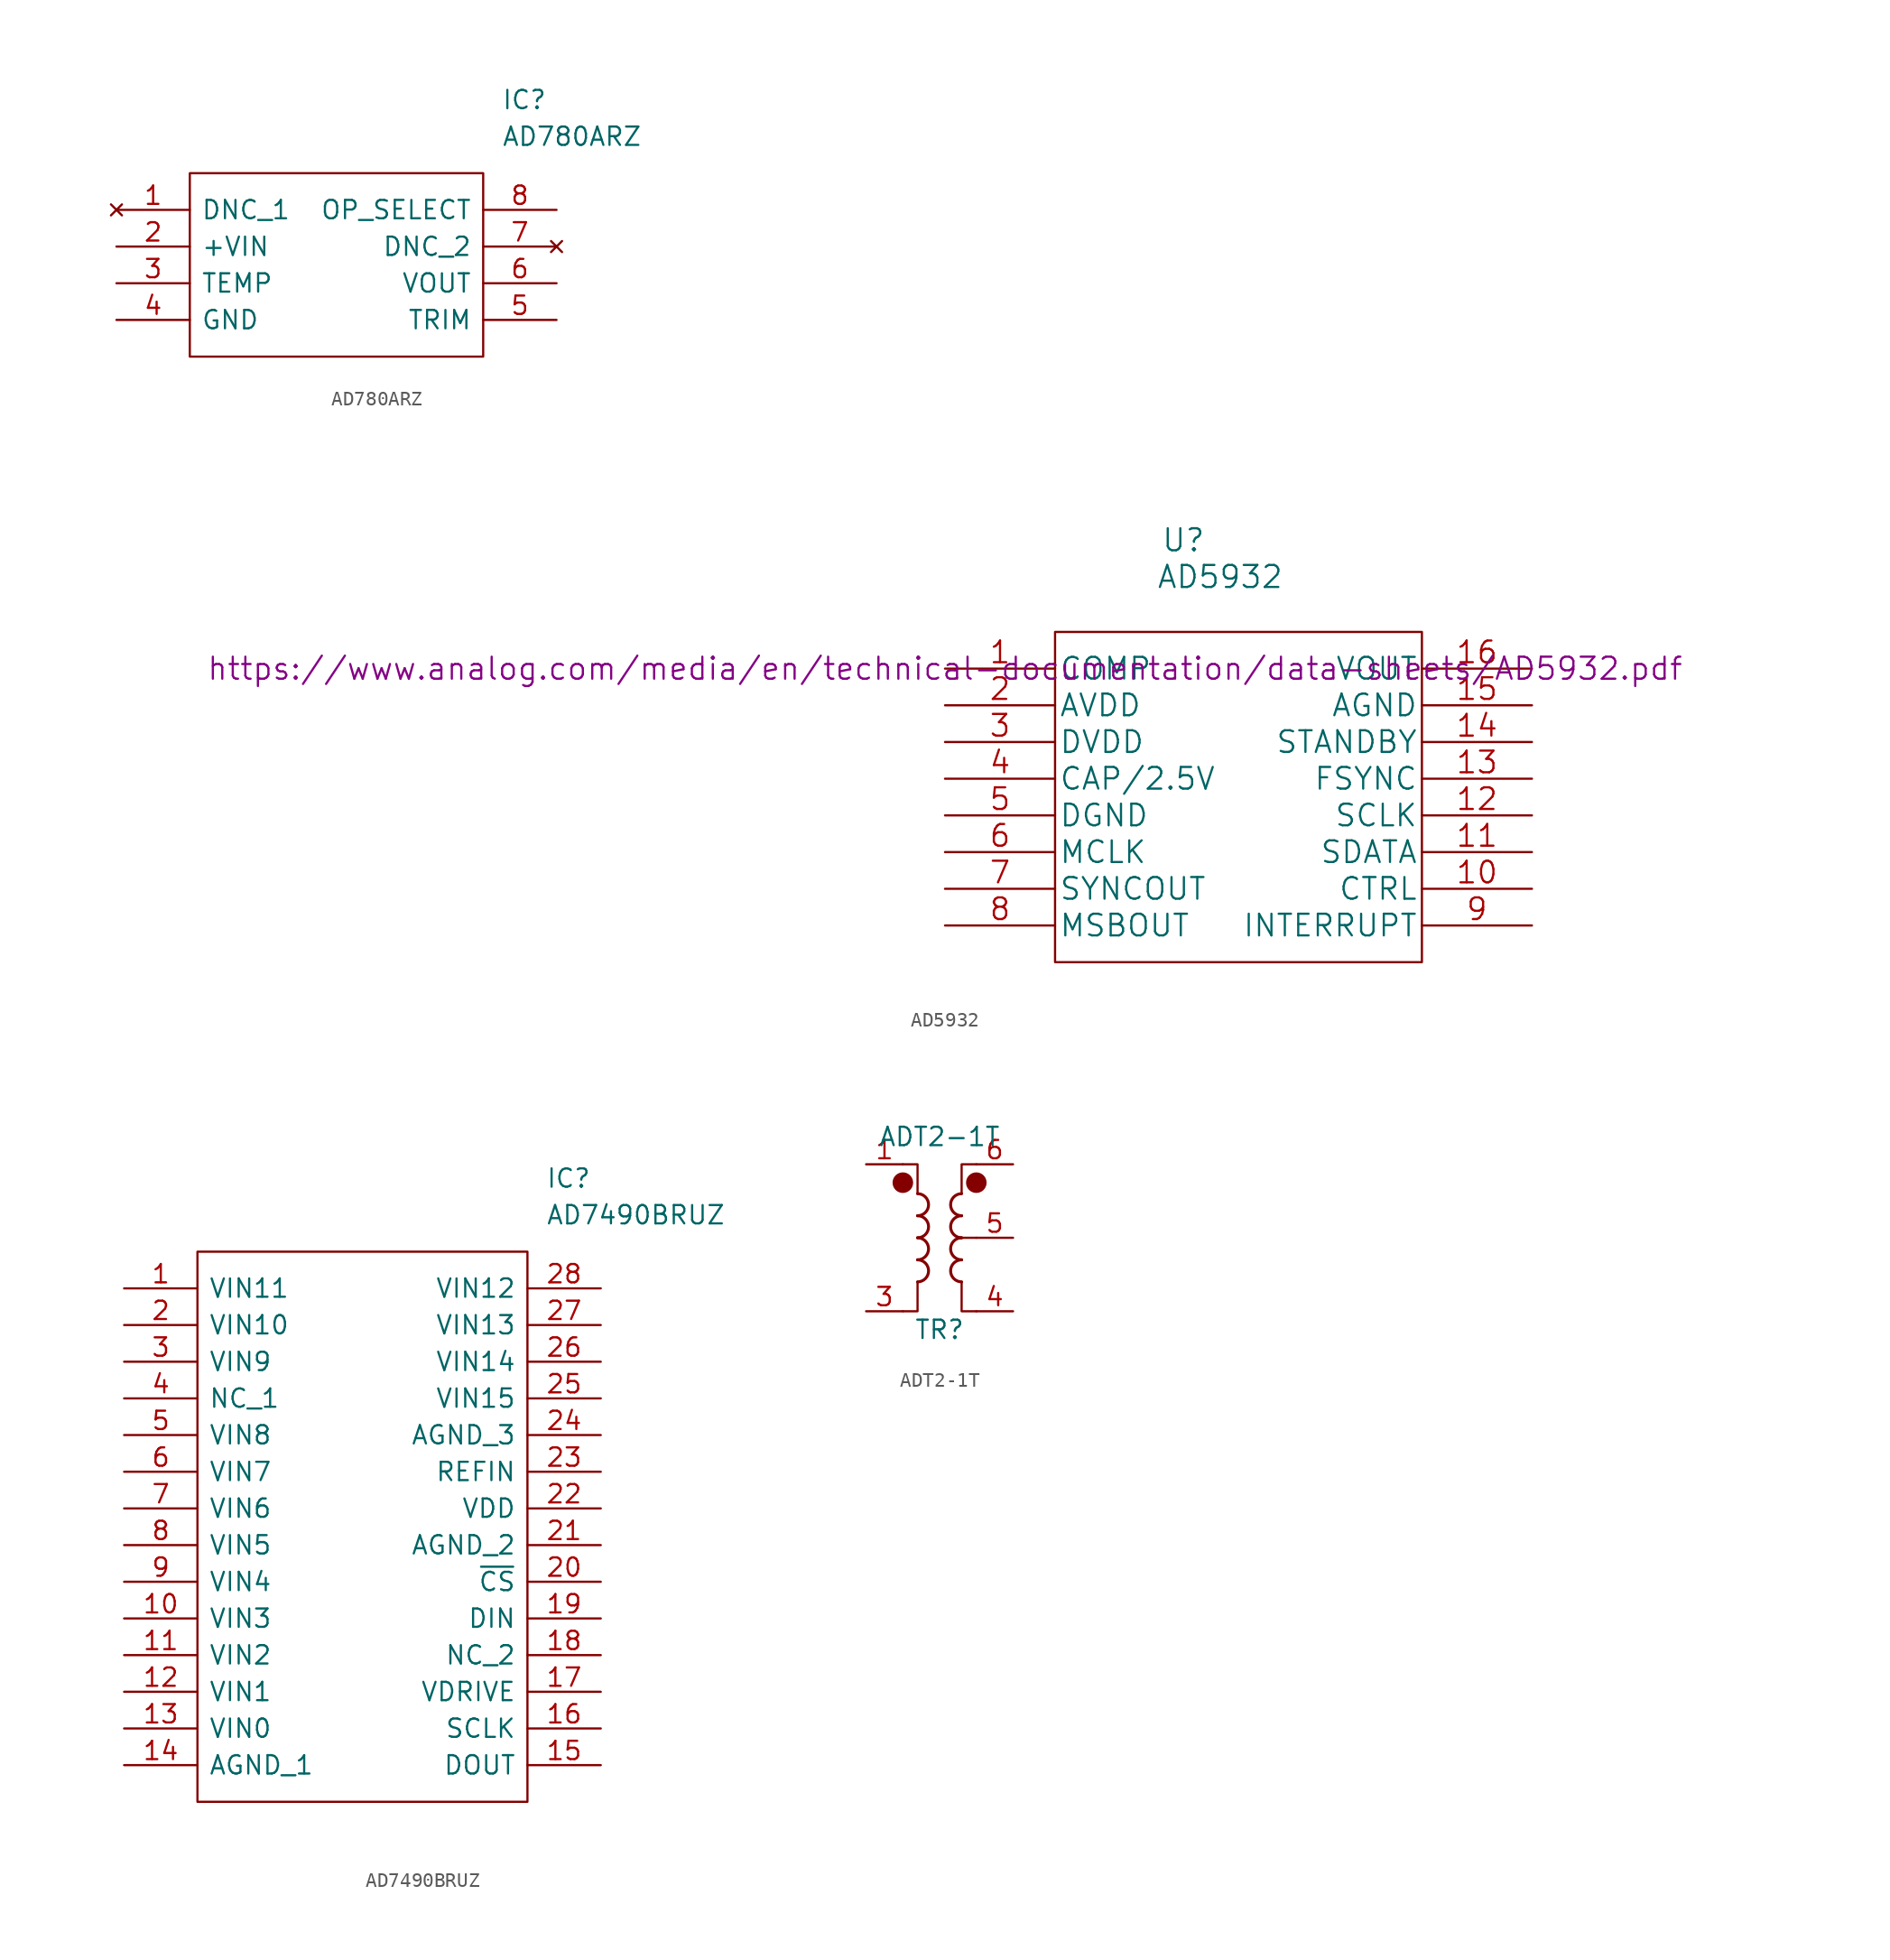
<source format=kicad_sym>
(kicad_symbol_lib
  (version 20211014)
  (generator kicad_symbol_editor)
  (symbol "AD780ARZ"
    (pin_names
      (offset 0.762))
    (property "Reference" "IC"
      (at 26.67 7.62 0)
      (effects (font (size 1.27 1.27)) (justify left)))
    (property "Value" "AD780ARZ"
      (at 26.67 5.08 0)
      (effects (font (size 1.27 1.27)) (justify left)))
    (symbol "AD780ARZ_0_0"
      (pin no_connect line (at 0 0 0) (length 5.08) (name "DNC_1" (effects (font (size 1.27 1.27)))) (number "1" (effects (font (size 1.27 1.27)))))
      (pin power_in line (at 0 -2.54 0) (length 5.08) (name "+VIN" (effects (font (size 1.27 1.27)))) (number "2" (effects (font (size 1.27 1.27)))))
      (pin output line (at 0 -5.08 0) (length 5.08) (name "TEMP" (effects (font (size 1.27 1.27)))) (number "3" (effects (font (size 1.27 1.27)))))
      (pin power_in line (at 0 -7.62 0) (length 5.08) (name "GND" (effects (font (size 1.27 1.27)))) (number "4" (effects (font (size 1.27 1.27)))))
      (pin passive line (at 30.48 -7.62 180) (length 5.08) (name "TRIM" (effects (font (size 1.27 1.27)))) (number "5" (effects (font (size 1.27 1.27)))))
      (pin output line (at 30.48 -5.08 180) (length 5.08) (name "VOUT" (effects (font (size 1.27 1.27)))) (number "6" (effects (font (size 1.27 1.27)))))
      (pin no_connect line (at 30.48 -2.54 180) (length 5.08) (name "DNC_2" (effects (font (size 1.27 1.27)))) (number "7" (effects (font (size 1.27 1.27)))))
      (pin unspecified line (at 30.48 0 180) (length 5.08) (name "OP_SELECT" (effects (font (size 1.27 1.27)))) (number "8" (effects (font (size 1.27 1.27))))))
    (symbol "AD780ARZ_0_1"
      (polyline (pts (xy 5.08 2.54) (xy 25.4 2.54) (xy 25.4 -10.16) (xy 5.08 -10.16) (xy 5.08 2.54)) (stroke (width 0.152) (type default) (color 0 0 0 0)) (fill (type none)))))
  (symbol "AD5932"
    (pin_names
      (offset 0.254))
    (property "Reference" "U"
      (at -3.81 17.78 0)
      (effects (font (size 1.524 1.524))))
    (property "Value" "AD5932"
      (at -1.27 15.24 0)
      (effects (font (size 1.524 1.524))))
    (property "Datasheet" "https://www.analog.com/media/en/technical-documentation/data-sheets/AD5932.pdf"
      (at -20.32 8.89 0)
      (effects (font (size 1.524 1.524))))
    (symbol "AD5932_0_1"
      (rectangle (start -12.7 11.43) (end 12.7 -11.43) (stroke (width 0) (type default) (color 0 0 0 0)) (fill (type none))))
    (symbol "AD5932_1_1"
      (pin unspecified line (at -20.32 8.89 0) (length 7.62) (name "COMP" (effects (font (size 1.499 1.499)))) (number "1" (effects (font (size 1.499 1.499)))))
      (pin input line (at 20.32 -6.35 180) (length 7.62) (name "CTRL" (effects (font (size 1.499 1.499)))) (number "10" (effects (font (size 1.499 1.499)))))
      (pin input line (at 20.32 -3.81 180) (length 7.62) (name "SDATA" (effects (font (size 1.499 1.499)))) (number "11" (effects (font (size 1.499 1.499)))))
      (pin input line (at 20.32 -1.27 180) (length 7.62) (name "SCLK" (effects (font (size 1.499 1.499)))) (number "12" (effects (font (size 1.499 1.499)))))
      (pin input line (at 20.32 1.27 180) (length 7.62) (name "FSYNC" (effects (font (size 1.499 1.499)))) (number "13" (effects (font (size 1.499 1.499)))))
      (pin input line (at 20.32 3.81 180) (length 7.62) (name "STANDBY" (effects (font (size 1.499 1.499)))) (number "14" (effects (font (size 1.499 1.499)))))
      (pin power_in line (at 20.32 6.35 180) (length 7.62) (name "AGND" (effects (font (size 1.499 1.499)))) (number "15" (effects (font (size 1.499 1.499)))))
      (pin output line (at 20.32 8.89 180) (length 7.62) (name "VOUT" (effects (font (size 1.499 1.499)))) (number "16" (effects (font (size 1.499 1.499)))))
      (pin power_in line (at -20.32 6.35 0) (length 7.62) (name "AVDD" (effects (font (size 1.499 1.499)))) (number "2" (effects (font (size 1.499 1.499)))))
      (pin power_in line (at -20.32 3.81 0) (length 7.62) (name "DVDD" (effects (font (size 1.499 1.499)))) (number "3" (effects (font (size 1.499 1.499)))))
      (pin unspecified line (at -20.32 1.27 0) (length 7.62) (name "CAP/2.5V" (effects (font (size 1.499 1.499)))) (number "4" (effects (font (size 1.499 1.499)))))
      (pin power_in line (at -20.32 -1.27 0) (length 7.62) (name "DGND" (effects (font (size 1.499 1.499)))) (number "5" (effects (font (size 1.499 1.499)))))
      (pin input line (at -20.32 -3.81 0) (length 7.62) (name "MCLK" (effects (font (size 1.499 1.499)))) (number "6" (effects (font (size 1.499 1.499)))))
      (pin output line (at -20.32 -6.35 0) (length 7.62) (name "SYNCOUT" (effects (font (size 1.499 1.499)))) (number "7" (effects (font (size 1.499 1.499)))))
      (pin output line (at -20.32 -8.89 0) (length 7.62) (name "MSBOUT" (effects (font (size 1.499 1.499)))) (number "8" (effects (font (size 1.499 1.499)))))
      (pin input line (at 20.32 -8.89 180) (length 7.62) (name "INTERRUPT" (effects (font (size 1.499 1.499)))) (number "9" (effects (font (size 1.499 1.499)))))))
  (symbol "AD7490BRUZ"
    (pin_names
      (offset 0.762))
    (property "Reference" "IC"
      (at 29.21 7.62 0)
      (effects (font (size 1.27 1.27)) (justify left)))
    (property "Value" "AD7490BRUZ"
      (at 29.21 5.08 0)
      (effects (font (size 1.27 1.27)) (justify left)))
    (symbol "AD7490BRUZ_0_0"
      (pin bidirectional line (at 0 0 0) (length 5.08) (name "VIN11" (effects (font (size 1.27 1.27)))) (number "1" (effects (font (size 1.27 1.27)))))
      (pin bidirectional line (at 0 -22.86 0) (length 5.08) (name "VIN3" (effects (font (size 1.27 1.27)))) (number "10" (effects (font (size 1.27 1.27)))))
      (pin bidirectional line (at 0 -25.4 0) (length 5.08) (name "VIN2" (effects (font (size 1.27 1.27)))) (number "11" (effects (font (size 1.27 1.27)))))
      (pin bidirectional line (at 0 -27.94 0) (length 5.08) (name "VIN1" (effects (font (size 1.27 1.27)))) (number "12" (effects (font (size 1.27 1.27)))))
      (pin bidirectional line (at 0 -30.48 0) (length 5.08) (name "VIN0" (effects (font (size 1.27 1.27)))) (number "13" (effects (font (size 1.27 1.27)))))
      (pin power_in line (at 0 -33.02 0) (length 5.08) (name "AGND_1" (effects (font (size 1.27 1.27)))) (number "14" (effects (font (size 1.27 1.27)))))
      (pin bidirectional line (at 33.02 -33.02 180) (length 5.08) (name "DOUT" (effects (font (size 1.27 1.27)))) (number "15" (effects (font (size 1.27 1.27)))))
      (pin bidirectional line (at 33.02 -30.48 180) (length 5.08) (name "SCLK" (effects (font (size 1.27 1.27)))) (number "16" (effects (font (size 1.27 1.27)))))
      (pin power_in line (at 33.02 -27.94 180) (length 5.08) (name "VDRIVE" (effects (font (size 1.27 1.27)))) (number "17" (effects (font (size 1.27 1.27)))))
      (pin power_in line (at 33.02 -25.4 180) (length 5.08) (name "NC_2" (effects (font (size 1.27 1.27)))) (number "18" (effects (font (size 1.27 1.27)))))
      (pin bidirectional line (at 33.02 -22.86 180) (length 5.08) (name "DIN" (effects (font (size 1.27 1.27)))) (number "19" (effects (font (size 1.27 1.27)))))
      (pin bidirectional line (at 0 -2.54 0) (length 5.08) (name "VIN10" (effects (font (size 1.27 1.27)))) (number "2" (effects (font (size 1.27 1.27)))))
      (pin bidirectional line (at 33.02 -20.32 180) (length 5.08) (name "~{CS}" (effects (font (size 1.27 1.27)))) (number "20" (effects (font (size 1.27 1.27)))))
      (pin power_in line (at 33.02 -17.78 180) (length 5.08) (name "AGND_2" (effects (font (size 1.27 1.27)))) (number "21" (effects (font (size 1.27 1.27)))))
      (pin power_in line (at 33.02 -15.24 180) (length 5.08) (name "VDD" (effects (font (size 1.27 1.27)))) (number "22" (effects (font (size 1.27 1.27)))))
      (pin bidirectional line (at 33.02 -12.7 180) (length 5.08) (name "REFIN" (effects (font (size 1.27 1.27)))) (number "23" (effects (font (size 1.27 1.27)))))
      (pin power_in line (at 33.02 -10.16 180) (length 5.08) (name "AGND_3" (effects (font (size 1.27 1.27)))) (number "24" (effects (font (size 1.27 1.27)))))
      (pin bidirectional line (at 33.02 -7.62 180) (length 5.08) (name "VIN15" (effects (font (size 1.27 1.27)))) (number "25" (effects (font (size 1.27 1.27)))))
      (pin bidirectional line (at 33.02 -5.08 180) (length 5.08) (name "VIN14" (effects (font (size 1.27 1.27)))) (number "26" (effects (font (size 1.27 1.27)))))
      (pin bidirectional line (at 33.02 -2.54 180) (length 5.08) (name "VIN13" (effects (font (size 1.27 1.27)))) (number "27" (effects (font (size 1.27 1.27)))))
      (pin bidirectional line (at 33.02 0 180) (length 5.08) (name "VIN12" (effects (font (size 1.27 1.27)))) (number "28" (effects (font (size 1.27 1.27)))))
      (pin bidirectional line (at 0 -5.08 0) (length 5.08) (name "VIN9" (effects (font (size 1.27 1.27)))) (number "3" (effects (font (size 1.27 1.27)))))
      (pin power_in line (at 0 -7.62 0) (length 5.08) (name "NC_1" (effects (font (size 1.27 1.27)))) (number "4" (effects (font (size 1.27 1.27)))))
      (pin bidirectional line (at 0 -10.16 0) (length 5.08) (name "VIN8" (effects (font (size 1.27 1.27)))) (number "5" (effects (font (size 1.27 1.27)))))
      (pin bidirectional line (at 0 -12.7 0) (length 5.08) (name "VIN7" (effects (font (size 1.27 1.27)))) (number "6" (effects (font (size 1.27 1.27)))))
      (pin bidirectional line (at 0 -15.24 0) (length 5.08) (name "VIN6" (effects (font (size 1.27 1.27)))) (number "7" (effects (font (size 1.27 1.27)))))
      (pin bidirectional line (at 0 -17.78 0) (length 5.08) (name "VIN5" (effects (font (size 1.27 1.27)))) (number "8" (effects (font (size 1.27 1.27)))))
      (pin bidirectional line (at 0 -20.32 0) (length 5.08) (name "VIN4" (effects (font (size 1.27 1.27)))) (number "9" (effects (font (size 1.27 1.27))))))
    (symbol "AD7490BRUZ_0_1"
      (polyline (pts (xy 5.08 2.54) (xy 27.94 2.54) (xy 27.94 -35.56) (xy 5.08 -35.56) (xy 5.08 2.54)) (stroke (width 0.152) (type default) (color 0 0 0 0)) (fill (type none)))))
  (symbol "ADT2-1T"
    (pin_names hide)
    (property "Reference" "TR"
      (at 0 -6.35 0)
      (effects (font (size 1.27 1.27))))
    (property "Value" "ADT2-1T"
      (at 0 6.985 0)
      (effects (font (size 1.27 1.27))))
    (symbol "ADT2-1T_0_1"
      (circle (center -2.54 3.81) (radius 0.635) (stroke (width 0) (type default) (color 0 0 0 0)) (fill (type outline)))
      (arc (start -1.524 -3.048) (mid -0.762 -2.286) (end -1.524 -1.524) (stroke (width 0.2032) (type default) (color 0 0 0 0)) (fill (type none)))
      (arc (start -1.524 -1.524) (mid -0.762 -0.762) (end -1.524 0) (stroke (width 0.2032) (type default) (color 0 0 0 0)) (fill (type none)))
      (arc (start -1.524 0) (mid -0.762 0.762) (end -1.524 1.524) (stroke (width 0.2032) (type default) (color 0 0 0 0)) (fill (type none)))
      (arc (start -1.524 1.524) (mid -0.762 2.286) (end -1.524 3.048) (stroke (width 0.2032) (type default) (color 0 0 0 0)) (fill (type none)))
      (polyline (pts (xy 2.54 0) (xy 1.27 0)) (stroke (width 0.152) (type default) (color 0 0 0 0)) (fill (type none)))
      (polyline (pts (xy -2.54 -5.08) (xy -1.524 -5.08) (xy -1.524 -3.048)) (stroke (width 0.152) (type default) (color 0 0 0 0)) (fill (type none)))
      (polyline (pts (xy -1.524 3.048) (xy -1.524 5.08) (xy -2.54 5.08)) (stroke (width 0.152) (type default) (color 0 0 0 0)) (fill (type none)))
      (polyline (pts (xy 1.524 -3.048) (xy 1.524 -5.08) (xy 2.54 -5.08)) (stroke (width 0.152) (type default) (color 0 0 0 0)) (fill (type none)))
      (polyline (pts (xy 2.54 5.08) (xy 1.524 5.08) (xy 1.524 3.048)) (stroke (width 0.152) (type default) (color 0 0 0 0)) (fill (type none)))
      (arc (start 1.524 -1.524) (mid 0.762 -2.286) (end 1.524 -3.048) (stroke (width 0.2032) (type default) (color 0 0 0 0)) (fill (type none)))
      (arc (start 1.524 0) (mid 0.762 -0.762) (end 1.524 -1.524) (stroke (width 0.2032) (type default) (color 0 0 0 0)) (fill (type none)))
      (arc (start 1.524 1.524) (mid 0.762 0.762) (end 1.524 0) (stroke (width 0.2032) (type default) (color 0 0 0 0)) (fill (type none)))
      (arc (start 1.524 3.048) (mid 0.762 2.286) (end 1.524 1.524) (stroke (width 0.2032) (type default) (color 0 0 0 0)) (fill (type none)))
      (circle (center 2.54 3.81) (radius 0.635) (stroke (width 0) (type default) (color 0 0 0 0)) (fill (type outline))))
    (symbol "ADT2-1T_1_1"
      (pin passive line (at -5.08 5.08 0) (length 2.54) (name "~" (effects (font (size 1.27 1.27)))) (number "1" (effects (font (size 1.27 1.27)))))
      (pin no_connect line (at -2.54 0 0) (length 2.54) hide (name "~" (effects (font (size 1.27 1.27)))) (number "2" (effects (font (size 1.27 1.27)))))
      (pin passive line (at -5.08 -5.08 0) (length 2.54) (name "~" (effects (font (size 1.27 1.27)))) (number "3" (effects (font (size 1.27 1.27)))))
      (pin passive line (at 5.08 -5.08 180) (length 2.54) (name "~" (effects (font (size 1.27 1.27)))) (number "4" (effects (font (size 1.27 1.27)))))
      (pin passive line (at 5.08 0 180) (length 2.54) (name "~" (effects (font (size 1.27 1.27)))) (number "5" (effects (font (size 1.27 1.27)))))
      (pin passive line (at 5.08 5.08 180) (length 2.54) (name "~" (effects (font (size 1.27 1.27)))) (number "6" (effects (font (size 1.27 1.27))))))))
</source>
